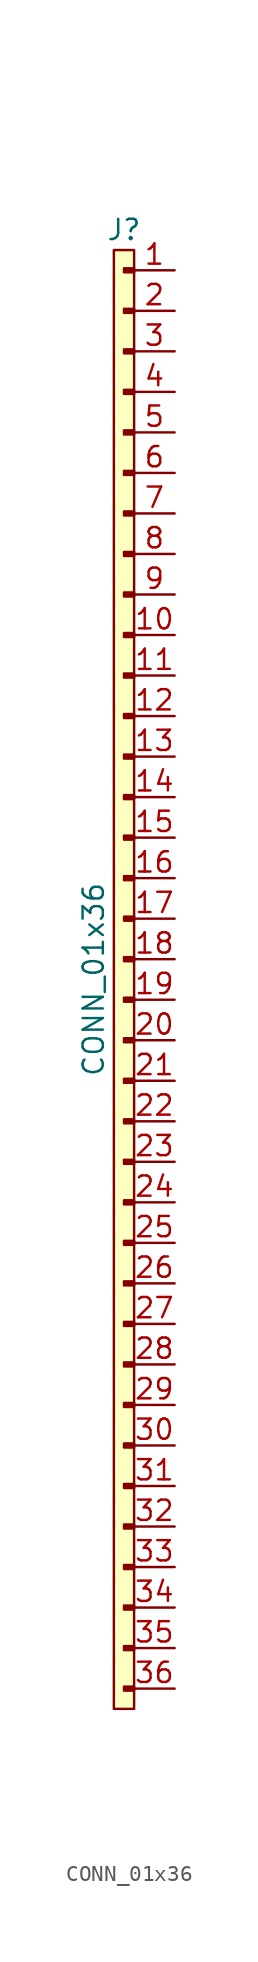
<source format=kicad_sym>
(kicad_symbol_lib
  (version 20211014)
  (generator agg_kicad.build_lib_connector)
  (symbol "CONN_01x36"
    (pin_names hide)
    (property Reference J
      (at -0.635 2.54 0)
      (effects (font (size 1.27 1.27))))
    (property Value "CONN_01x36"
      (at -2.54 -44.45 90)
      (effects (font (size 1.27 1.27))))
    (rectangle
      (start 0 -90.17)
      (end -1.27 1.27)
      (stroke (width 0) (type default) (color 0 0 0 0))
      (fill (type background)))
    (rectangle
      (start 0 0.127)
      (end -0.635 -0.127)
      (stroke (width 0) (type default) (color 0 0 0 0))
      (fill (type outline)))
    (rectangle
      (start 0 -2.413)
      (end -0.635 -2.667)
      (stroke (width 0) (type default) (color 0 0 0 0))
      (fill (type outline)))
    (rectangle
      (start 0 -4.953)
      (end -0.635 -5.207)
      (stroke (width 0) (type default) (color 0 0 0 0))
      (fill (type outline)))
    (rectangle
      (start 0 -7.493)
      (end -0.635 -7.747)
      (stroke (width 0) (type default) (color 0 0 0 0))
      (fill (type outline)))
    (rectangle
      (start 0 -10.033)
      (end -0.635 -10.287)
      (stroke (width 0) (type default) (color 0 0 0 0))
      (fill (type outline)))
    (rectangle
      (start 0 -12.573)
      (end -0.635 -12.827)
      (stroke (width 0) (type default) (color 0 0 0 0))
      (fill (type outline)))
    (rectangle
      (start 0 -15.113)
      (end -0.635 -15.367)
      (stroke (width 0) (type default) (color 0 0 0 0))
      (fill (type outline)))
    (rectangle
      (start 0 -17.653)
      (end -0.635 -17.907)
      (stroke (width 0) (type default) (color 0 0 0 0))
      (fill (type outline)))
    (rectangle
      (start 0 -20.193)
      (end -0.635 -20.447)
      (stroke (width 0) (type default) (color 0 0 0 0))
      (fill (type outline)))
    (rectangle
      (start 0 -22.733)
      (end -0.635 -22.987)
      (stroke (width 0) (type default) (color 0 0 0 0))
      (fill (type outline)))
    (rectangle
      (start 0 -25.273)
      (end -0.635 -25.527)
      (stroke (width 0) (type default) (color 0 0 0 0))
      (fill (type outline)))
    (rectangle
      (start 0 -27.813)
      (end -0.635 -28.067)
      (stroke (width 0) (type default) (color 0 0 0 0))
      (fill (type outline)))
    (rectangle
      (start 0 -30.353)
      (end -0.635 -30.607)
      (stroke (width 0) (type default) (color 0 0 0 0))
      (fill (type outline)))
    (rectangle
      (start 0 -32.893)
      (end -0.635 -33.147)
      (stroke (width 0) (type default) (color 0 0 0 0))
      (fill (type outline)))
    (rectangle
      (start 0 -35.433)
      (end -0.635 -35.687)
      (stroke (width 0) (type default) (color 0 0 0 0))
      (fill (type outline)))
    (rectangle
      (start 0 -37.973)
      (end -0.635 -38.227)
      (stroke (width 0) (type default) (color 0 0 0 0))
      (fill (type outline)))
    (rectangle
      (start 0 -40.513)
      (end -0.635 -40.767)
      (stroke (width 0) (type default) (color 0 0 0 0))
      (fill (type outline)))
    (rectangle
      (start 0 -43.053)
      (end -0.635 -43.307)
      (stroke (width 0) (type default) (color 0 0 0 0))
      (fill (type outline)))
    (rectangle
      (start 0 -45.593)
      (end -0.635 -45.847)
      (stroke (width 0) (type default) (color 0 0 0 0))
      (fill (type outline)))
    (rectangle
      (start 0 -48.133)
      (end -0.635 -48.387)
      (stroke (width 0) (type default) (color 0 0 0 0))
      (fill (type outline)))
    (rectangle
      (start 0 -50.673)
      (end -0.635 -50.927)
      (stroke (width 0) (type default) (color 0 0 0 0))
      (fill (type outline)))
    (rectangle
      (start 0 -53.213)
      (end -0.635 -53.467)
      (stroke (width 0) (type default) (color 0 0 0 0))
      (fill (type outline)))
    (rectangle
      (start 0 -55.753)
      (end -0.635 -56.007)
      (stroke (width 0) (type default) (color 0 0 0 0))
      (fill (type outline)))
    (rectangle
      (start 0 -58.293)
      (end -0.635 -58.547)
      (stroke (width 0) (type default) (color 0 0 0 0))
      (fill (type outline)))
    (rectangle
      (start 0 -60.833)
      (end -0.635 -61.087)
      (stroke (width 0) (type default) (color 0 0 0 0))
      (fill (type outline)))
    (rectangle
      (start 0 -63.373)
      (end -0.635 -63.627)
      (stroke (width 0) (type default) (color 0 0 0 0))
      (fill (type outline)))
    (rectangle
      (start 0 -65.913)
      (end -0.635 -66.167)
      (stroke (width 0) (type default) (color 0 0 0 0))
      (fill (type outline)))
    (rectangle
      (start 0 -68.453)
      (end -0.635 -68.707)
      (stroke (width 0) (type default) (color 0 0 0 0))
      (fill (type outline)))
    (rectangle
      (start 0 -70.993)
      (end -0.635 -71.247)
      (stroke (width 0) (type default) (color 0 0 0 0))
      (fill (type outline)))
    (rectangle
      (start 0 -73.533)
      (end -0.635 -73.787)
      (stroke (width 0) (type default) (color 0 0 0 0))
      (fill (type outline)))
    (rectangle
      (start 0 -76.073)
      (end -0.635 -76.327)
      (stroke (width 0) (type default) (color 0 0 0 0))
      (fill (type outline)))
    (rectangle
      (start 0 -78.613)
      (end -0.635 -78.867)
      (stroke (width 0) (type default) (color 0 0 0 0))
      (fill (type outline)))
    (rectangle
      (start 0 -81.153)
      (end -0.635 -81.407)
      (stroke (width 0) (type default) (color 0 0 0 0))
      (fill (type outline)))
    (rectangle
      (start 0 -83.693)
      (end -0.635 -83.947)
      (stroke (width 0) (type default) (color 0 0 0 0))
      (fill (type outline)))
    (rectangle
      (start 0 -86.233)
      (end -0.635 -86.487)
      (stroke (width 0) (type default) (color 0 0 0 0))
      (fill (type outline)))
    (rectangle
      (start 0 -88.773)
      (end -0.635 -89.027)
      (stroke (width 0) (type default) (color 0 0 0 0))
      (fill (type outline)))
    (pin passive line
      (at 2.54 0 180)
      (length 2.54)
      (name "1" (effects (font (size 1.27 1.27))))
      (number "1" (effects (font (size 1.27 1.27)))))
    (pin passive line
      (at 2.54 -2.54 180)
      (length 2.54)
      (name "2" (effects (font (size 1.27 1.27))))
      (number "2" (effects (font (size 1.27 1.27)))))
    (pin passive line
      (at 2.54 -5.08 180)
      (length 2.54)
      (name "3" (effects (font (size 1.27 1.27))))
      (number "3" (effects (font (size 1.27 1.27)))))
    (pin passive line
      (at 2.54 -7.62 180)
      (length 2.54)
      (name "4" (effects (font (size 1.27 1.27))))
      (number "4" (effects (font (size 1.27 1.27)))))
    (pin passive line
      (at 2.54 -10.16 180)
      (length 2.54)
      (name "5" (effects (font (size 1.27 1.27))))
      (number "5" (effects (font (size 1.27 1.27)))))
    (pin passive line
      (at 2.54 -12.7 180)
      (length 2.54)
      (name "6" (effects (font (size 1.27 1.27))))
      (number "6" (effects (font (size 1.27 1.27)))))
    (pin passive line
      (at 2.54 -15.24 180)
      (length 2.54)
      (name "7" (effects (font (size 1.27 1.27))))
      (number "7" (effects (font (size 1.27 1.27)))))
    (pin passive line
      (at 2.54 -17.78 180)
      (length 2.54)
      (name "8" (effects (font (size 1.27 1.27))))
      (number "8" (effects (font (size 1.27 1.27)))))
    (pin passive line
      (at 2.54 -20.32 180)
      (length 2.54)
      (name "9" (effects (font (size 1.27 1.27))))
      (number "9" (effects (font (size 1.27 1.27)))))
    (pin passive line
      (at 2.54 -22.86 180)
      (length 2.54)
      (name "10" (effects (font (size 1.27 1.27))))
      (number "10" (effects (font (size 1.27 1.27)))))
    (pin passive line
      (at 2.54 -25.4 180)
      (length 2.54)
      (name "11" (effects (font (size 1.27 1.27))))
      (number "11" (effects (font (size 1.27 1.27)))))
    (pin passive line
      (at 2.54 -27.94 180)
      (length 2.54)
      (name "12" (effects (font (size 1.27 1.27))))
      (number "12" (effects (font (size 1.27 1.27)))))
    (pin passive line
      (at 2.54 -30.48 180)
      (length 2.54)
      (name "13" (effects (font (size 1.27 1.27))))
      (number "13" (effects (font (size 1.27 1.27)))))
    (pin passive line
      (at 2.54 -33.02 180)
      (length 2.54)
      (name "14" (effects (font (size 1.27 1.27))))
      (number "14" (effects (font (size 1.27 1.27)))))
    (pin passive line
      (at 2.54 -35.56 180)
      (length 2.54)
      (name "15" (effects (font (size 1.27 1.27))))
      (number "15" (effects (font (size 1.27 1.27)))))
    (pin passive line
      (at 2.54 -38.1 180)
      (length 2.54)
      (name "16" (effects (font (size 1.27 1.27))))
      (number "16" (effects (font (size 1.27 1.27)))))
    (pin passive line
      (at 2.54 -40.64 180)
      (length 2.54)
      (name "17" (effects (font (size 1.27 1.27))))
      (number "17" (effects (font (size 1.27 1.27)))))
    (pin passive line
      (at 2.54 -43.18 180)
      (length 2.54)
      (name "18" (effects (font (size 1.27 1.27))))
      (number "18" (effects (font (size 1.27 1.27)))))
    (pin passive line
      (at 2.54 -45.72 180)
      (length 2.54)
      (name "19" (effects (font (size 1.27 1.27))))
      (number "19" (effects (font (size 1.27 1.27)))))
    (pin passive line
      (at 2.54 -48.26 180)
      (length 2.54)
      (name "20" (effects (font (size 1.27 1.27))))
      (number "20" (effects (font (size 1.27 1.27)))))
    (pin passive line
      (at 2.54 -50.8 180)
      (length 2.54)
      (name "21" (effects (font (size 1.27 1.27))))
      (number "21" (effects (font (size 1.27 1.27)))))
    (pin passive line
      (at 2.54 -53.34 180)
      (length 2.54)
      (name "22" (effects (font (size 1.27 1.27))))
      (number "22" (effects (font (size 1.27 1.27)))))
    (pin passive line
      (at 2.54 -55.88 180)
      (length 2.54)
      (name "23" (effects (font (size 1.27 1.27))))
      (number "23" (effects (font (size 1.27 1.27)))))
    (pin passive line
      (at 2.54 -58.42 180)
      (length 2.54)
      (name "24" (effects (font (size 1.27 1.27))))
      (number "24" (effects (font (size 1.27 1.27)))))
    (pin passive line
      (at 2.54 -60.96 180)
      (length 2.54)
      (name "25" (effects (font (size 1.27 1.27))))
      (number "25" (effects (font (size 1.27 1.27)))))
    (pin passive line
      (at 2.54 -63.5 180)
      (length 2.54)
      (name "26" (effects (font (size 1.27 1.27))))
      (number "26" (effects (font (size 1.27 1.27)))))
    (pin passive line
      (at 2.54 -66.04 180)
      (length 2.54)
      (name "27" (effects (font (size 1.27 1.27))))
      (number "27" (effects (font (size 1.27 1.27)))))
    (pin passive line
      (at 2.54 -68.58 180)
      (length 2.54)
      (name "28" (effects (font (size 1.27 1.27))))
      (number "28" (effects (font (size 1.27 1.27)))))
    (pin passive line
      (at 2.54 -71.12 180)
      (length 2.54)
      (name "29" (effects (font (size 1.27 1.27))))
      (number "29" (effects (font (size 1.27 1.27)))))
    (pin passive line
      (at 2.54 -73.66 180)
      (length 2.54)
      (name "30" (effects (font (size 1.27 1.27))))
      (number "30" (effects (font (size 1.27 1.27)))))
    (pin passive line
      (at 2.54 -76.2 180)
      (length 2.54)
      (name "31" (effects (font (size 1.27 1.27))))
      (number "31" (effects (font (size 1.27 1.27)))))
    (pin passive line
      (at 2.54 -78.74 180)
      (length 2.54)
      (name "32" (effects (font (size 1.27 1.27))))
      (number "32" (effects (font (size 1.27 1.27)))))
    (pin passive line
      (at 2.54 -81.28 180)
      (length 2.54)
      (name "33" (effects (font (size 1.27 1.27))))
      (number "33" (effects (font (size 1.27 1.27)))))
    (pin passive line
      (at 2.54 -83.82 180)
      (length 2.54)
      (name "34" (effects (font (size 1.27 1.27))))
      (number "34" (effects (font (size 1.27 1.27)))))
    (pin passive line
      (at 2.54 -86.36 180)
      (length 2.54)
      (name "35" (effects (font (size 1.27 1.27))))
      (number "35" (effects (font (size 1.27 1.27)))))
    (pin passive line
      (at 2.54 -88.9 180)
      (length 2.54)
      (name "36" (effects (font (size 1.27 1.27))))
      (number "36" (effects (font (size 1.27 1.27)))))))
</source>
